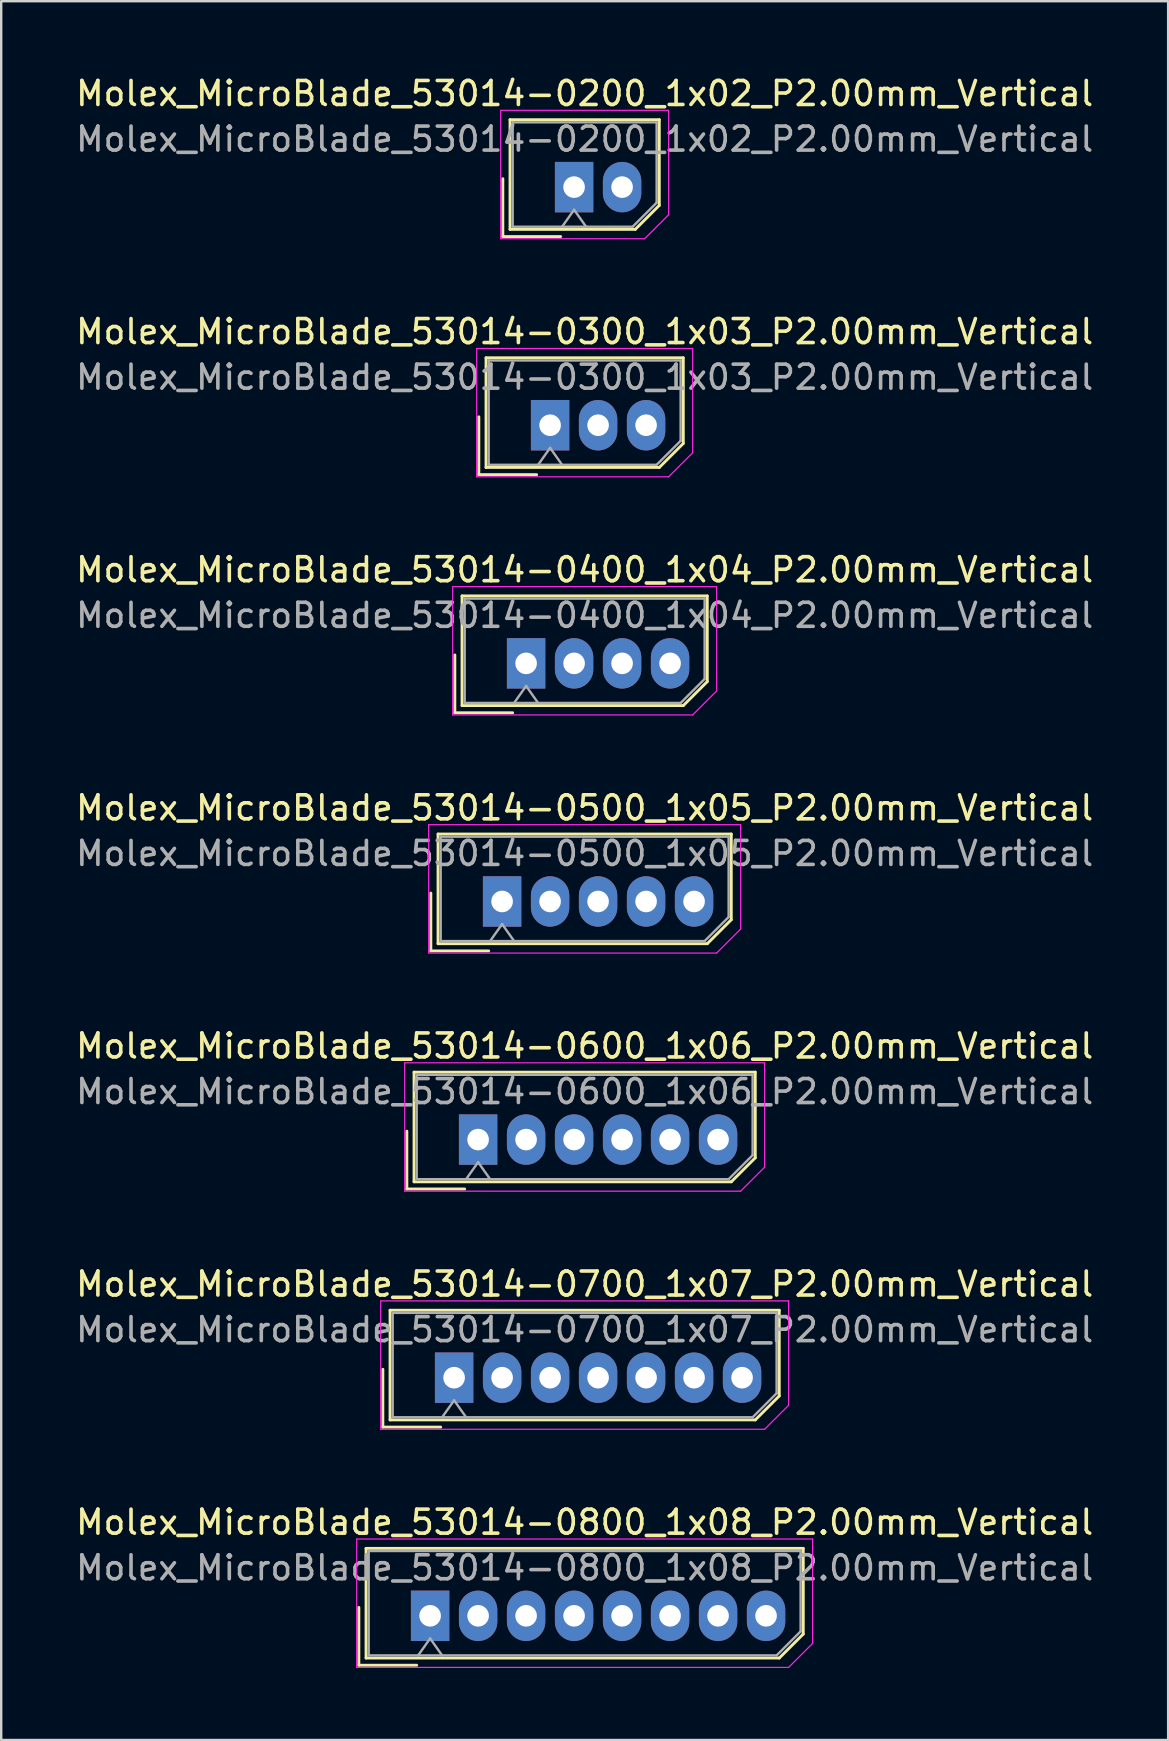
<source format=kicad_pcb>
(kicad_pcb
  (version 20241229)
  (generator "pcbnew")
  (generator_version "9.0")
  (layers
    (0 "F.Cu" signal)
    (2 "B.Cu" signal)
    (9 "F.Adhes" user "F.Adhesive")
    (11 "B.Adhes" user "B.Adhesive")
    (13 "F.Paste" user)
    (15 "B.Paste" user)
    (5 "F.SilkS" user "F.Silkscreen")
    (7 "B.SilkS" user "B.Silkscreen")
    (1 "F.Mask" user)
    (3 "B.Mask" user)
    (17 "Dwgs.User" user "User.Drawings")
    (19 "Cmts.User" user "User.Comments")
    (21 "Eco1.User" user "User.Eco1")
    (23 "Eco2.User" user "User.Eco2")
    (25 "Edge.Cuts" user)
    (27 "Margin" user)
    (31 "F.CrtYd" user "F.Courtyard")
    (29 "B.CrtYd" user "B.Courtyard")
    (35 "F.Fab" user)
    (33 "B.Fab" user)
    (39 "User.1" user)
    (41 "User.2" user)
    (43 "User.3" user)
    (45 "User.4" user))
  (footprint "Molex_MicroBlade_53014-0500_1x05_P2.00mm_Vertical"
    (layer "F.Cu")
    (at 17.875 34.518)
    (property "Reference" "Molex_MicroBlade_53014-0500_1x05_P2.00mm_Vertical" (at 3.44 -3.9 0) (layer "F.SilkS") (effects (font (size 1 1) (thickness 0.15))))
    (attr through_hole)
    (fp_line (start -2.97 -0.35) (end -2.97 2.06) (stroke (width 0.12) (type solid)) (layer "F.SilkS"))
    (fp_line (start -2.97 2.06) (end -0.56 2.06) (stroke (width 0.12) (type solid)) (layer "F.SilkS"))
    (fp_line (start -2.67 -2.81) (end -2.67 1.76) (stroke (width 0.12) (type solid)) (layer "F.SilkS"))
    (fp_line (start -2.67 1.76) (end 8.55 1.76) (stroke (width 0.12) (type solid)) (layer "F.SilkS"))
    (fp_line (start 8.55 1.76) (end 9.55 0.76) (stroke (width 0.12) (type solid)) (layer "F.SilkS"))
    (fp_line (start 9.55 -2.81) (end -2.67 -2.81) (stroke (width 0.12) (type solid)) (layer "F.SilkS"))
    (fp_line (start 9.55 0.76) (end 9.55 -2.81) (stroke (width 0.12) (type solid)) (layer "F.SilkS"))
    (fp_line (start -3.06 -3.2) (end -3.06 2.15) (stroke (width 0.05) (type solid)) (layer "F.CrtYd"))
    (fp_line (start -3.06 2.15) (end 8.94 2.15) (stroke (width 0.05) (type solid)) (layer "F.CrtYd"))
    (fp_line (start 8.94 2.15) (end 9.94 1.15) (stroke (width 0.05) (type solid)) (layer "F.CrtYd"))
    (fp_line (start 9.94 -3.2) (end -3.06 -3.2) (stroke (width 0.05) (type solid)) (layer "F.CrtYd"))
    (fp_line (start 9.94 1.15) (end 9.94 -3.2) (stroke (width 0.05) (type solid)) (layer "F.CrtYd"))
    (fp_line (start -2.56 -2.7) (end -2.56 1.65) (stroke (width 0.1) (type solid)) (layer "F.Fab"))
    (fp_line (start -2.56 1.65) (end 8.44 1.65) (stroke (width 0.1) (type solid)) (layer "F.Fab"))
    (fp_line (start -0.5 1.65) (end 0 0.943) (stroke (width 0.1) (type solid)) (layer "F.Fab"))
    (fp_line (start 0 0.943) (end 0.5 1.65) (stroke (width 0.1) (type solid)) (layer "F.Fab"))
    (fp_line (start 8.44 1.65) (end 9.44 0.65) (stroke (width 0.1) (type solid)) (layer "F.Fab"))
    (fp_line (start 9.44 -2.7) (end -2.56 -2.7) (stroke (width 0.1) (type solid)) (layer "F.Fab"))
    (fp_line (start 9.44 0.65) (end 9.44 -2.7) (stroke (width 0.1) (type solid)) (layer "F.Fab"))
    (fp_text user "${REFERENCE}" (at 3.44 -2 0) (layer "F.Fab") (effects (font (size 1 1) (thickness 0.15))))
    (pad "1" thru_hole rect (at 0 0) (size 1.6 2.1) (drill 0.9) (layers "*.Cu" "*.Mask"))
    (pad "2" thru_hole oval (at 2 0) (size 1.6 2.1) (drill 0.9) (layers "*.Cu" "*.Mask"))
    (pad "3" thru_hole oval (at 4 0) (size 1.6 2.1) (drill 0.9) (layers "*.Cu" "*.Mask"))
    (pad "4" thru_hole oval (at 6 0) (size 1.6 2.1) (drill 0.9) (layers "*.Cu" "*.Mask"))
    (pad "5" thru_hole oval (at 8 0) (size 1.6 2.1) (drill 0.9) (layers "*.Cu" "*.Mask")))
  (footprint "Molex_MicroBlade_53014-0200_1x02_P2.00mm_Vertical"
    (layer "F.Cu")
    (at 20.875 4.748)
    (property "Reference" "Molex_MicroBlade_53014-0200_1x02_P2.00mm_Vertical" (at 0.44 -3.9 0) (layer "F.SilkS") (effects (font (size 1 1) (thickness 0.15))))
    (attr through_hole)
    (fp_line (start -2.97 -0.35) (end -2.97 2.06) (stroke (width 0.12) (type solid)) (layer "F.SilkS"))
    (fp_line (start -2.97 2.06) (end -0.56 2.06) (stroke (width 0.12) (type solid)) (layer "F.SilkS"))
    (fp_line (start -2.67 -2.81) (end -2.67 1.76) (stroke (width 0.12) (type solid)) (layer "F.SilkS"))
    (fp_line (start -2.67 1.76) (end 2.55 1.76) (stroke (width 0.12) (type solid)) (layer "F.SilkS"))
    (fp_line (start 2.55 1.76) (end 3.55 0.76) (stroke (width 0.12) (type solid)) (layer "F.SilkS"))
    (fp_line (start 3.55 -2.81) (end -2.67 -2.81) (stroke (width 0.12) (type solid)) (layer "F.SilkS"))
    (fp_line (start 3.55 0.76) (end 3.55 -2.81) (stroke (width 0.12) (type solid)) (layer "F.SilkS"))
    (fp_line (start -3.06 -3.2) (end -3.06 2.15) (stroke (width 0.05) (type solid)) (layer "F.CrtYd"))
    (fp_line (start -3.06 2.15) (end 2.94 2.15) (stroke (width 0.05) (type solid)) (layer "F.CrtYd"))
    (fp_line (start 2.94 2.15) (end 3.94 1.15) (stroke (width 0.05) (type solid)) (layer "F.CrtYd"))
    (fp_line (start 3.94 -3.2) (end -3.06 -3.2) (stroke (width 0.05) (type solid)) (layer "F.CrtYd"))
    (fp_line (start 3.94 1.15) (end 3.94 -3.2) (stroke (width 0.05) (type solid)) (layer "F.CrtYd"))
    (fp_line (start -2.56 -2.7) (end -2.56 1.65) (stroke (width 0.1) (type solid)) (layer "F.Fab"))
    (fp_line (start -2.56 1.65) (end 2.44 1.65) (stroke (width 0.1) (type solid)) (layer "F.Fab"))
    (fp_line (start -0.5 1.65) (end 0 0.943) (stroke (width 0.1) (type solid)) (layer "F.Fab"))
    (fp_line (start 0 0.943) (end 0.5 1.65) (stroke (width 0.1) (type solid)) (layer "F.Fab"))
    (fp_line (start 2.44 1.65) (end 3.44 0.65) (stroke (width 0.1) (type solid)) (layer "F.Fab"))
    (fp_line (start 3.44 -2.7) (end -2.56 -2.7) (stroke (width 0.1) (type solid)) (layer "F.Fab"))
    (fp_line (start 3.44 0.65) (end 3.44 -2.7) (stroke (width 0.1) (type solid)) (layer "F.Fab"))
    (fp_text user "${REFERENCE}" (at 0.44 -2 0) (layer "F.Fab") (effects (font (size 1 1) (thickness 0.15))))
    (pad "1" thru_hole rect (at 0 0) (size 1.6 2.1) (drill 0.9) (layers "*.Cu" "*.Mask"))
    (pad "2" thru_hole oval (at 2 0) (size 1.6 2.1) (drill 0.9) (layers "*.Cu" "*.Mask")))
  (footprint "Molex_MicroBlade_53014-0400_1x04_P2.00mm_Vertical"
    (layer "F.Cu")
    (at 18.875 24.595)
    (property "Reference" "Molex_MicroBlade_53014-0400_1x04_P2.00mm_Vertical" (at 2.44 -3.9 0) (layer "F.SilkS") (effects (font (size 1 1) (thickness 0.15))))
    (attr through_hole)
    (fp_line (start -2.97 -0.35) (end -2.97 2.06) (stroke (width 0.12) (type solid)) (layer "F.SilkS"))
    (fp_line (start -2.97 2.06) (end -0.56 2.06) (stroke (width 0.12) (type solid)) (layer "F.SilkS"))
    (fp_line (start -2.67 -2.81) (end -2.67 1.76) (stroke (width 0.12) (type solid)) (layer "F.SilkS"))
    (fp_line (start -2.67 1.76) (end 6.55 1.76) (stroke (width 0.12) (type solid)) (layer "F.SilkS"))
    (fp_line (start 6.55 1.76) (end 7.55 0.76) (stroke (width 0.12) (type solid)) (layer "F.SilkS"))
    (fp_line (start 7.55 -2.81) (end -2.67 -2.81) (stroke (width 0.12) (type solid)) (layer "F.SilkS"))
    (fp_line (start 7.55 0.76) (end 7.55 -2.81) (stroke (width 0.12) (type solid)) (layer "F.SilkS"))
    (fp_line (start -3.06 -3.2) (end -3.06 2.15) (stroke (width 0.05) (type solid)) (layer "F.CrtYd"))
    (fp_line (start -3.06 2.15) (end 6.94 2.15) (stroke (width 0.05) (type solid)) (layer "F.CrtYd"))
    (fp_line (start 6.94 2.15) (end 7.94 1.15) (stroke (width 0.05) (type solid)) (layer "F.CrtYd"))
    (fp_line (start 7.94 -3.2) (end -3.06 -3.2) (stroke (width 0.05) (type solid)) (layer "F.CrtYd"))
    (fp_line (start 7.94 1.15) (end 7.94 -3.2) (stroke (width 0.05) (type solid)) (layer "F.CrtYd"))
    (fp_line (start -2.56 -2.7) (end -2.56 1.65) (stroke (width 0.1) (type solid)) (layer "F.Fab"))
    (fp_line (start -2.56 1.65) (end 6.44 1.65) (stroke (width 0.1) (type solid)) (layer "F.Fab"))
    (fp_line (start -0.5 1.65) (end 0 0.943) (stroke (width 0.1) (type solid)) (layer "F.Fab"))
    (fp_line (start 0 0.943) (end 0.5 1.65) (stroke (width 0.1) (type solid)) (layer "F.Fab"))
    (fp_line (start 6.44 1.65) (end 7.44 0.65) (stroke (width 0.1) (type solid)) (layer "F.Fab"))
    (fp_line (start 7.44 -2.7) (end -2.56 -2.7) (stroke (width 0.1) (type solid)) (layer "F.Fab"))
    (fp_line (start 7.44 0.65) (end 7.44 -2.7) (stroke (width 0.1) (type solid)) (layer "F.Fab"))
    (fp_text user "${REFERENCE}" (at 2.44 -2 0) (layer "F.Fab") (effects (font (size 1 1) (thickness 0.15))))
    (pad "1" thru_hole rect (at 0 0) (size 1.6 2.1) (drill 0.9) (layers "*.Cu" "*.Mask"))
    (pad "2" thru_hole oval (at 2 0) (size 1.6 2.1) (drill 0.9) (layers "*.Cu" "*.Mask"))
    (pad "3" thru_hole oval (at 4 0) (size 1.6 2.1) (drill 0.9) (layers "*.Cu" "*.Mask"))
    (pad "4" thru_hole oval (at 6 0) (size 1.6 2.1) (drill 0.9) (layers "*.Cu" "*.Mask")))
  (footprint "Molex_MicroBlade_53014-0800_1x08_P2.00mm_Vertical"
    (layer "F.Cu")
    (at 14.875 64.288)
    (property "Reference" "Molex_MicroBlade_53014-0800_1x08_P2.00mm_Vertical" (at 6.44 -3.9 0) (layer "F.SilkS") (effects (font (size 1 1) (thickness 0.15))))
    (attr through_hole)
    (fp_line (start -2.97 -0.35) (end -2.97 2.06) (stroke (width 0.12) (type solid)) (layer "F.SilkS"))
    (fp_line (start -2.97 2.06) (end -0.56 2.06) (stroke (width 0.12) (type solid)) (layer "F.SilkS"))
    (fp_line (start -2.67 -2.81) (end -2.67 1.76) (stroke (width 0.12) (type solid)) (layer "F.SilkS"))
    (fp_line (start -2.67 1.76) (end 14.55 1.76) (stroke (width 0.12) (type solid)) (layer "F.SilkS"))
    (fp_line (start 14.55 1.76) (end 15.55 0.76) (stroke (width 0.12) (type solid)) (layer "F.SilkS"))
    (fp_line (start 15.55 -2.81) (end -2.67 -2.81) (stroke (width 0.12) (type solid)) (layer "F.SilkS"))
    (fp_line (start 15.55 0.76) (end 15.55 -2.81) (stroke (width 0.12) (type solid)) (layer "F.SilkS"))
    (fp_line (start -3.06 -3.2) (end -3.06 2.15) (stroke (width 0.05) (type solid)) (layer "F.CrtYd"))
    (fp_line (start -3.06 2.15) (end 14.94 2.15) (stroke (width 0.05) (type solid)) (layer "F.CrtYd"))
    (fp_line (start 14.94 2.15) (end 15.94 1.15) (stroke (width 0.05) (type solid)) (layer "F.CrtYd"))
    (fp_line (start 15.94 -3.2) (end -3.06 -3.2) (stroke (width 0.05) (type solid)) (layer "F.CrtYd"))
    (fp_line (start 15.94 1.15) (end 15.94 -3.2) (stroke (width 0.05) (type solid)) (layer "F.CrtYd"))
    (fp_line (start -2.56 -2.7) (end -2.56 1.65) (stroke (width 0.1) (type solid)) (layer "F.Fab"))
    (fp_line (start -2.56 1.65) (end 14.44 1.65) (stroke (width 0.1) (type solid)) (layer "F.Fab"))
    (fp_line (start -0.5 1.65) (end 0 0.943) (stroke (width 0.1) (type solid)) (layer "F.Fab"))
    (fp_line (start 0 0.943) (end 0.5 1.65) (stroke (width 0.1) (type solid)) (layer "F.Fab"))
    (fp_line (start 14.44 1.65) (end 15.44 0.65) (stroke (width 0.1) (type solid)) (layer "F.Fab"))
    (fp_line (start 15.44 -2.7) (end -2.56 -2.7) (stroke (width 0.1) (type solid)) (layer "F.Fab"))
    (fp_line (start 15.44 0.65) (end 15.44 -2.7) (stroke (width 0.1) (type solid)) (layer "F.Fab"))
    (fp_text user "${REFERENCE}" (at 6.44 -2 0) (layer "F.Fab") (effects (font (size 1 1) (thickness 0.15))))
    (pad "1" thru_hole rect (at 0 0) (size 1.6 2.1) (drill 0.9) (layers "*.Cu" "*.Mask"))
    (pad "2" thru_hole oval (at 2 0) (size 1.6 2.1) (drill 0.9) (layers "*.Cu" "*.Mask"))
    (pad "3" thru_hole oval (at 4 0) (size 1.6 2.1) (drill 0.9) (layers "*.Cu" "*.Mask"))
    (pad "4" thru_hole oval (at 6 0) (size 1.6 2.1) (drill 0.9) (layers "*.Cu" "*.Mask"))
    (pad "5" thru_hole oval (at 8 0) (size 1.6 2.1) (drill 0.9) (layers "*.Cu" "*.Mask"))
    (pad "6" thru_hole oval (at 10 0) (size 1.6 2.1) (drill 0.9) (layers "*.Cu" "*.Mask"))
    (pad "7" thru_hole oval (at 12 0) (size 1.6 2.1) (drill 0.9) (layers "*.Cu" "*.Mask"))
    (pad "8" thru_hole oval (at 14 0) (size 1.6 2.1) (drill 0.9) (layers "*.Cu" "*.Mask")))
  (footprint "Molex_MicroBlade_53014-0300_1x03_P2.00mm_Vertical"
    (layer "F.Cu")
    (at 19.875 14.671)
    (property "Reference" "Molex_MicroBlade_53014-0300_1x03_P2.00mm_Vertical" (at 1.44 -3.9 0) (layer "F.SilkS") (effects (font (size 1 1) (thickness 0.15))))
    (attr through_hole)
    (fp_line (start -2.97 -0.35) (end -2.97 2.06) (stroke (width 0.12) (type solid)) (layer "F.SilkS"))
    (fp_line (start -2.97 2.06) (end -0.56 2.06) (stroke (width 0.12) (type solid)) (layer "F.SilkS"))
    (fp_line (start -2.67 -2.81) (end -2.67 1.76) (stroke (width 0.12) (type solid)) (layer "F.SilkS"))
    (fp_line (start -2.67 1.76) (end 4.55 1.76) (stroke (width 0.12) (type solid)) (layer "F.SilkS"))
    (fp_line (start 4.55 1.76) (end 5.55 0.76) (stroke (width 0.12) (type solid)) (layer "F.SilkS"))
    (fp_line (start 5.55 -2.81) (end -2.67 -2.81) (stroke (width 0.12) (type solid)) (layer "F.SilkS"))
    (fp_line (start 5.55 0.76) (end 5.55 -2.81) (stroke (width 0.12) (type solid)) (layer "F.SilkS"))
    (fp_line (start -3.06 -3.2) (end -3.06 2.15) (stroke (width 0.05) (type solid)) (layer "F.CrtYd"))
    (fp_line (start -3.06 2.15) (end 4.94 2.15) (stroke (width 0.05) (type solid)) (layer "F.CrtYd"))
    (fp_line (start 4.94 2.15) (end 5.94 1.15) (stroke (width 0.05) (type solid)) (layer "F.CrtYd"))
    (fp_line (start 5.94 -3.2) (end -3.06 -3.2) (stroke (width 0.05) (type solid)) (layer "F.CrtYd"))
    (fp_line (start 5.94 1.15) (end 5.94 -3.2) (stroke (width 0.05) (type solid)) (layer "F.CrtYd"))
    (fp_line (start -2.56 -2.7) (end -2.56 1.65) (stroke (width 0.1) (type solid)) (layer "F.Fab"))
    (fp_line (start -2.56 1.65) (end 4.44 1.65) (stroke (width 0.1) (type solid)) (layer "F.Fab"))
    (fp_line (start -0.5 1.65) (end 0 0.943) (stroke (width 0.1) (type solid)) (layer "F.Fab"))
    (fp_line (start 0 0.943) (end 0.5 1.65) (stroke (width 0.1) (type solid)) (layer "F.Fab"))
    (fp_line (start 4.44 1.65) (end 5.44 0.65) (stroke (width 0.1) (type solid)) (layer "F.Fab"))
    (fp_line (start 5.44 -2.7) (end -2.56 -2.7) (stroke (width 0.1) (type solid)) (layer "F.Fab"))
    (fp_line (start 5.44 0.65) (end 5.44 -2.7) (stroke (width 0.1) (type solid)) (layer "F.Fab"))
    (fp_text user "${REFERENCE}" (at 1.44 -2 0) (layer "F.Fab") (effects (font (size 1 1) (thickness 0.15))))
    (pad "1" thru_hole rect (at 0 0) (size 1.6 2.1) (drill 0.9) (layers "*.Cu" "*.Mask"))
    (pad "2" thru_hole oval (at 2 0) (size 1.6 2.1) (drill 0.9) (layers "*.Cu" "*.Mask"))
    (pad "3" thru_hole oval (at 4 0) (size 1.6 2.1) (drill 0.9) (layers "*.Cu" "*.Mask")))
  (footprint "Molex_MicroBlade_53014-0700_1x07_P2.00mm_Vertical"
    (layer "F.Cu")
    (at 15.875 54.364)
    (property "Reference" "Molex_MicroBlade_53014-0700_1x07_P2.00mm_Vertical" (at 5.44 -3.9 0) (layer "F.SilkS") (effects (font (size 1 1) (thickness 0.15))))
    (attr through_hole)
    (fp_line (start -2.97 -0.35) (end -2.97 2.06) (stroke (width 0.12) (type solid)) (layer "F.SilkS"))
    (fp_line (start -2.97 2.06) (end -0.56 2.06) (stroke (width 0.12) (type solid)) (layer "F.SilkS"))
    (fp_line (start -2.67 -2.81) (end -2.67 1.76) (stroke (width 0.12) (type solid)) (layer "F.SilkS"))
    (fp_line (start -2.67 1.76) (end 12.55 1.76) (stroke (width 0.12) (type solid)) (layer "F.SilkS"))
    (fp_line (start 12.55 1.76) (end 13.55 0.76) (stroke (width 0.12) (type solid)) (layer "F.SilkS"))
    (fp_line (start 13.55 -2.81) (end -2.67 -2.81) (stroke (width 0.12) (type solid)) (layer "F.SilkS"))
    (fp_line (start 13.55 0.76) (end 13.55 -2.81) (stroke (width 0.12) (type solid)) (layer "F.SilkS"))
    (fp_line (start -3.06 -3.2) (end -3.06 2.15) (stroke (width 0.05) (type solid)) (layer "F.CrtYd"))
    (fp_line (start -3.06 2.15) (end 12.94 2.15) (stroke (width 0.05) (type solid)) (layer "F.CrtYd"))
    (fp_line (start 12.94 2.15) (end 13.94 1.15) (stroke (width 0.05) (type solid)) (layer "F.CrtYd"))
    (fp_line (start 13.94 -3.2) (end -3.06 -3.2) (stroke (width 0.05) (type solid)) (layer "F.CrtYd"))
    (fp_line (start 13.94 1.15) (end 13.94 -3.2) (stroke (width 0.05) (type solid)) (layer "F.CrtYd"))
    (fp_line (start -2.56 -2.7) (end -2.56 1.65) (stroke (width 0.1) (type solid)) (layer "F.Fab"))
    (fp_line (start -2.56 1.65) (end 12.44 1.65) (stroke (width 0.1) (type solid)) (layer "F.Fab"))
    (fp_line (start -0.5 1.65) (end 0 0.943) (stroke (width 0.1) (type solid)) (layer "F.Fab"))
    (fp_line (start 0 0.943) (end 0.5 1.65) (stroke (width 0.1) (type solid)) (layer "F.Fab"))
    (fp_line (start 12.44 1.65) (end 13.44 0.65) (stroke (width 0.1) (type solid)) (layer "F.Fab"))
    (fp_line (start 13.44 -2.7) (end -2.56 -2.7) (stroke (width 0.1) (type solid)) (layer "F.Fab"))
    (fp_line (start 13.44 0.65) (end 13.44 -2.7) (stroke (width 0.1) (type solid)) (layer "F.Fab"))
    (fp_text user "${REFERENCE}" (at 5.44 -2 0) (layer "F.Fab") (effects (font (size 1 1) (thickness 0.15))))
    (pad "1" thru_hole rect (at 0 0) (size 1.6 2.1) (drill 0.9) (layers "*.Cu" "*.Mask"))
    (pad "2" thru_hole oval (at 2 0) (size 1.6 2.1) (drill 0.9) (layers "*.Cu" "*.Mask"))
    (pad "3" thru_hole oval (at 4 0) (size 1.6 2.1) (drill 0.9) (layers "*.Cu" "*.Mask"))
    (pad "4" thru_hole oval (at 6 0) (size 1.6 2.1) (drill 0.9) (layers "*.Cu" "*.Mask"))
    (pad "5" thru_hole oval (at 8 0) (size 1.6 2.1) (drill 0.9) (layers "*.Cu" "*.Mask"))
    (pad "6" thru_hole oval (at 10 0) (size 1.6 2.1) (drill 0.9) (layers "*.Cu" "*.Mask"))
    (pad "7" thru_hole oval (at 12 0) (size 1.6 2.1) (drill 0.9) (layers "*.Cu" "*.Mask")))
  (footprint "Molex_MicroBlade_53014-0600_1x06_P2.00mm_Vertical"
    (layer "F.Cu")
    (at 16.875 44.441)
    (property "Reference" "Molex_MicroBlade_53014-0600_1x06_P2.00mm_Vertical" (at 4.44 -3.9 0) (layer "F.SilkS") (effects (font (size 1 1) (thickness 0.15))))
    (attr through_hole)
    (fp_line (start -2.97 -0.35) (end -2.97 2.06) (stroke (width 0.12) (type solid)) (layer "F.SilkS"))
    (fp_line (start -2.97 2.06) (end -0.56 2.06) (stroke (width 0.12) (type solid)) (layer "F.SilkS"))
    (fp_line (start -2.67 -2.81) (end -2.67 1.76) (stroke (width 0.12) (type solid)) (layer "F.SilkS"))
    (fp_line (start -2.67 1.76) (end 10.55 1.76) (stroke (width 0.12) (type solid)) (layer "F.SilkS"))
    (fp_line (start 10.55 1.76) (end 11.55 0.76) (stroke (width 0.12) (type solid)) (layer "F.SilkS"))
    (fp_line (start 11.55 -2.81) (end -2.67 -2.81) (stroke (width 0.12) (type solid)) (layer "F.SilkS"))
    (fp_line (start 11.55 0.76) (end 11.55 -2.81) (stroke (width 0.12) (type solid)) (layer "F.SilkS"))
    (fp_line (start -3.06 -3.2) (end -3.06 2.15) (stroke (width 0.05) (type solid)) (layer "F.CrtYd"))
    (fp_line (start -3.06 2.15) (end 10.94 2.15) (stroke (width 0.05) (type solid)) (layer "F.CrtYd"))
    (fp_line (start 10.94 2.15) (end 11.94 1.15) (stroke (width 0.05) (type solid)) (layer "F.CrtYd"))
    (fp_line (start 11.94 -3.2) (end -3.06 -3.2) (stroke (width 0.05) (type solid)) (layer "F.CrtYd"))
    (fp_line (start 11.94 1.15) (end 11.94 -3.2) (stroke (width 0.05) (type solid)) (layer "F.CrtYd"))
    (fp_line (start -2.56 -2.7) (end -2.56 1.65) (stroke (width 0.1) (type solid)) (layer "F.Fab"))
    (fp_line (start -2.56 1.65) (end 10.44 1.65) (stroke (width 0.1) (type solid)) (layer "F.Fab"))
    (fp_line (start -0.5 1.65) (end 0 0.943) (stroke (width 0.1) (type solid)) (layer "F.Fab"))
    (fp_line (start 0 0.943) (end 0.5 1.65) (stroke (width 0.1) (type solid)) (layer "F.Fab"))
    (fp_line (start 10.44 1.65) (end 11.44 0.65) (stroke (width 0.1) (type solid)) (layer "F.Fab"))
    (fp_line (start 11.44 -2.7) (end -2.56 -2.7) (stroke (width 0.1) (type solid)) (layer "F.Fab"))
    (fp_line (start 11.44 0.65) (end 11.44 -2.7) (stroke (width 0.1) (type solid)) (layer "F.Fab"))
    (fp_text user "${REFERENCE}" (at 4.44 -2 0) (layer "F.Fab") (effects (font (size 1 1) (thickness 0.15))))
    (pad "1" thru_hole rect (at 0 0) (size 1.6 2.1) (drill 0.9) (layers "*.Cu" "*.Mask"))
    (pad "2" thru_hole oval (at 2 0) (size 1.6 2.1) (drill 0.9) (layers "*.Cu" "*.Mask"))
    (pad "3" thru_hole oval (at 4 0) (size 1.6 2.1) (drill 0.9) (layers "*.Cu" "*.Mask"))
    (pad "4" thru_hole oval (at 6 0) (size 1.6 2.1) (drill 0.9) (layers "*.Cu" "*.Mask"))
    (pad "5" thru_hole oval (at 8 0) (size 1.6 2.1) (drill 0.9) (layers "*.Cu" "*.Mask"))
    (pad "6" thru_hole oval (at 10 0) (size 1.6 2.1) (drill 0.9) (layers "*.Cu" "*.Mask")))
  (gr_rect
    (start -3 -3)
    (end 45.631 69.463)
    (stroke (width 0.1) (type default))
    (fill no)
    (layer "Edge.Cuts")))
</source>
